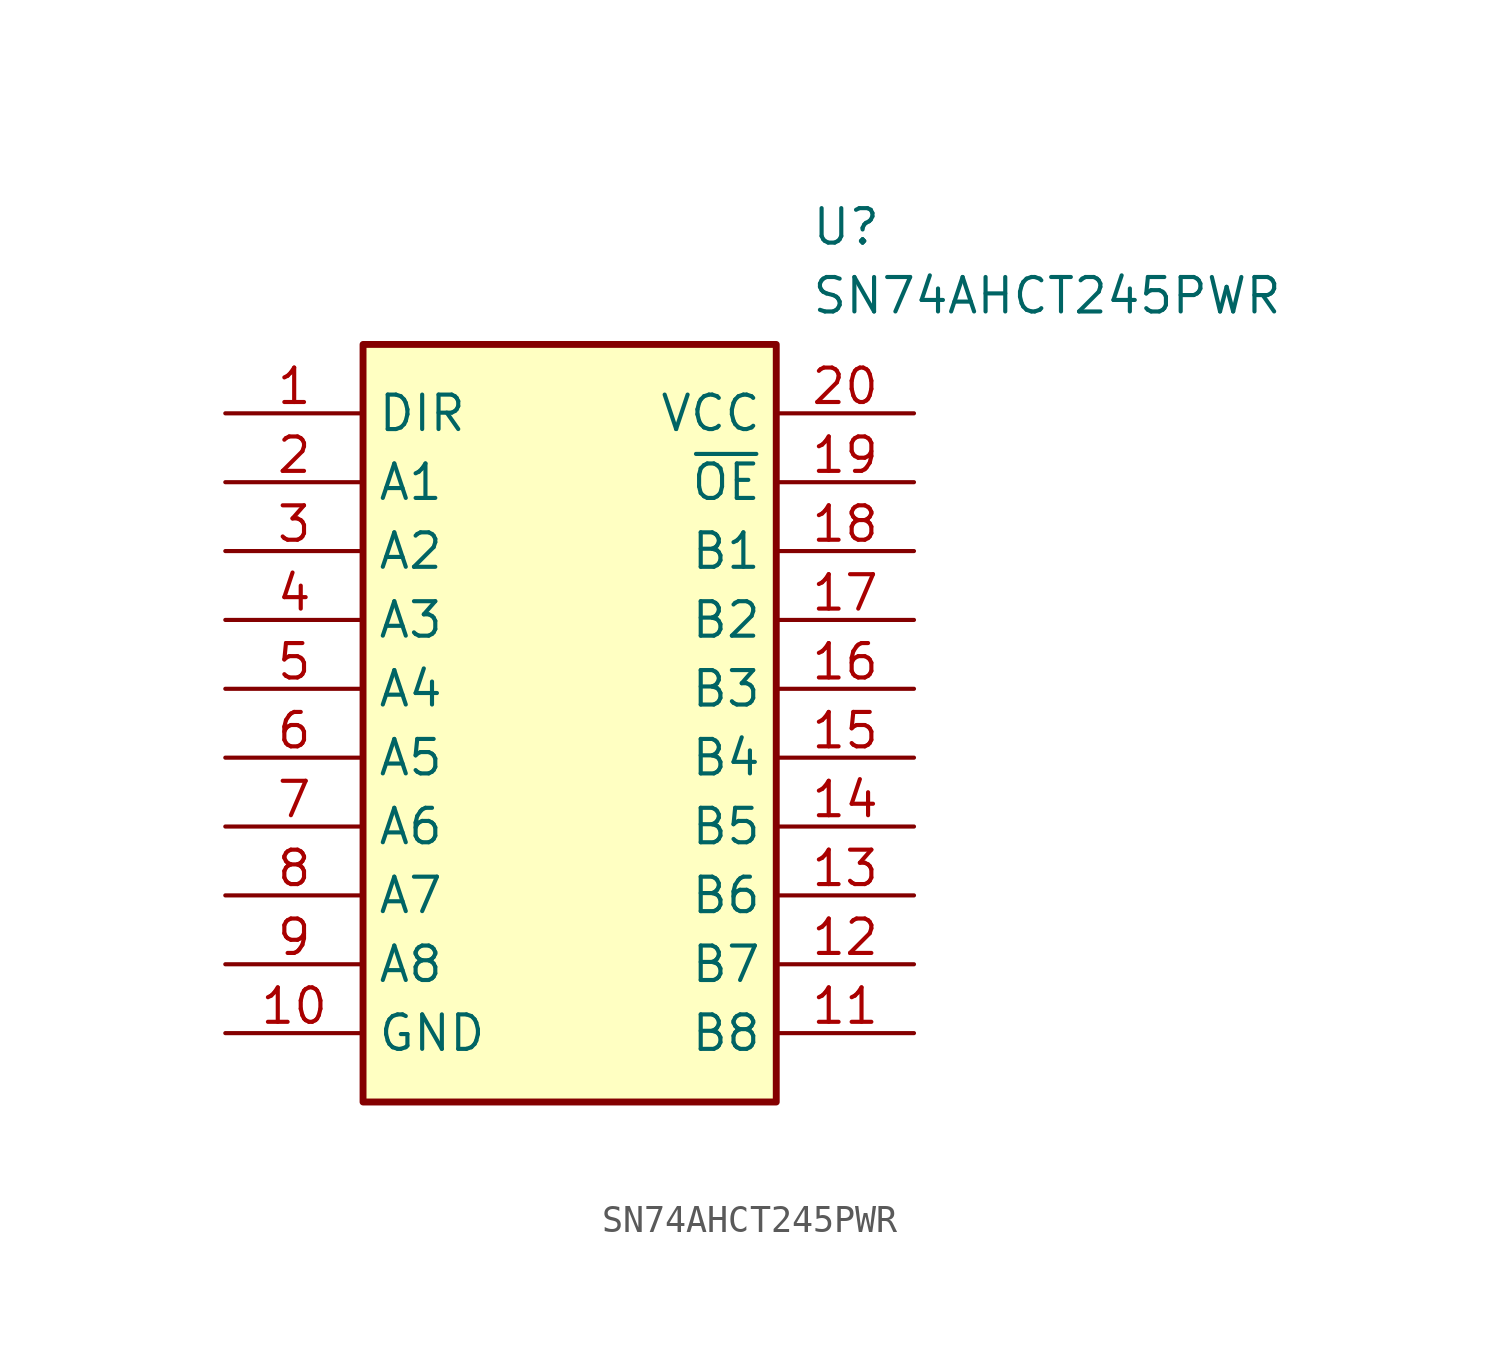
<source format=kicad_sym>
(kicad_symbol_lib
  (version 20220914)
  (generator kicad_symbol_editor)
  (symbol "SN74AHCT245PWR"
    (property "Reference" "U"
      (at 21.59 7.62 0)
      (effects (font (size 1.27 1.27)) (justify left top)))
    (property "Value" "SN74AHCT245PWR"
      (at 21.59 5.08 0)
      (effects (font (size 1.27 1.27)) (justify left top)))
    (symbol "SN74AHCT245PWR_1_1"
      (rectangle (start 5.08 2.54) (end 20.32 -25.4) (stroke (width 0.254) (type default)) (fill (type background)))
      (pin passive line (at 0 0 0) (length 5.08) (name "DIR" (effects (font (size 1.27 1.27)))) (number "1" (effects (font (size 1.27 1.27)))))
      (pin passive line (at 0 -22.86 0) (length 5.08) (name "GND" (effects (font (size 1.27 1.27)))) (number "10" (effects (font (size 1.27 1.27)))))
      (pin passive line (at 25.4 -22.86 180) (length 5.08) (name "B8" (effects (font (size 1.27 1.27)))) (number "11" (effects (font (size 1.27 1.27)))))
      (pin passive line (at 25.4 -20.32 180) (length 5.08) (name "B7" (effects (font (size 1.27 1.27)))) (number "12" (effects (font (size 1.27 1.27)))))
      (pin passive line (at 25.4 -17.78 180) (length 5.08) (name "B6" (effects (font (size 1.27 1.27)))) (number "13" (effects (font (size 1.27 1.27)))))
      (pin passive line (at 25.4 -15.24 180) (length 5.08) (name "B5" (effects (font (size 1.27 1.27)))) (number "14" (effects (font (size 1.27 1.27)))))
      (pin passive line (at 25.4 -12.7 180) (length 5.08) (name "B4" (effects (font (size 1.27 1.27)))) (number "15" (effects (font (size 1.27 1.27)))))
      (pin passive line (at 25.4 -10.16 180) (length 5.08) (name "B3" (effects (font (size 1.27 1.27)))) (number "16" (effects (font (size 1.27 1.27)))))
      (pin passive line (at 25.4 -7.62 180) (length 5.08) (name "B2" (effects (font (size 1.27 1.27)))) (number "17" (effects (font (size 1.27 1.27)))))
      (pin passive line (at 25.4 -5.08 180) (length 5.08) (name "B1" (effects (font (size 1.27 1.27)))) (number "18" (effects (font (size 1.27 1.27)))))
      (pin passive line (at 25.4 -2.54 180) (length 5.08) (name "~{OE}" (effects (font (size 1.27 1.27)))) (number "19" (effects (font (size 1.27 1.27)))))
      (pin passive line (at 0 -2.54 0) (length 5.08) (name "A1" (effects (font (size 1.27 1.27)))) (number "2" (effects (font (size 1.27 1.27)))))
      (pin passive line (at 25.4 0 180) (length 5.08) (name "VCC" (effects (font (size 1.27 1.27)))) (number "20" (effects (font (size 1.27 1.27)))))
      (pin passive line (at 0 -5.08 0) (length 5.08) (name "A2" (effects (font (size 1.27 1.27)))) (number "3" (effects (font (size 1.27 1.27)))))
      (pin passive line (at 0 -7.62 0) (length 5.08) (name "A3" (effects (font (size 1.27 1.27)))) (number "4" (effects (font (size 1.27 1.27)))))
      (pin passive line (at 0 -10.16 0) (length 5.08) (name "A4" (effects (font (size 1.27 1.27)))) (number "5" (effects (font (size 1.27 1.27)))))
      (pin passive line (at 0 -12.7 0) (length 5.08) (name "A5" (effects (font (size 1.27 1.27)))) (number "6" (effects (font (size 1.27 1.27)))))
      (pin passive line (at 0 -15.24 0) (length 5.08) (name "A6" (effects (font (size 1.27 1.27)))) (number "7" (effects (font (size 1.27 1.27)))))
      (pin passive line (at 0 -17.78 0) (length 5.08) (name "A7" (effects (font (size 1.27 1.27)))) (number "8" (effects (font (size 1.27 1.27)))))
      (pin passive line (at 0 -20.32 0) (length 5.08) (name "A8" (effects (font (size 1.27 1.27)))) (number "9" (effects (font (size 1.27 1.27))))))))
</source>
